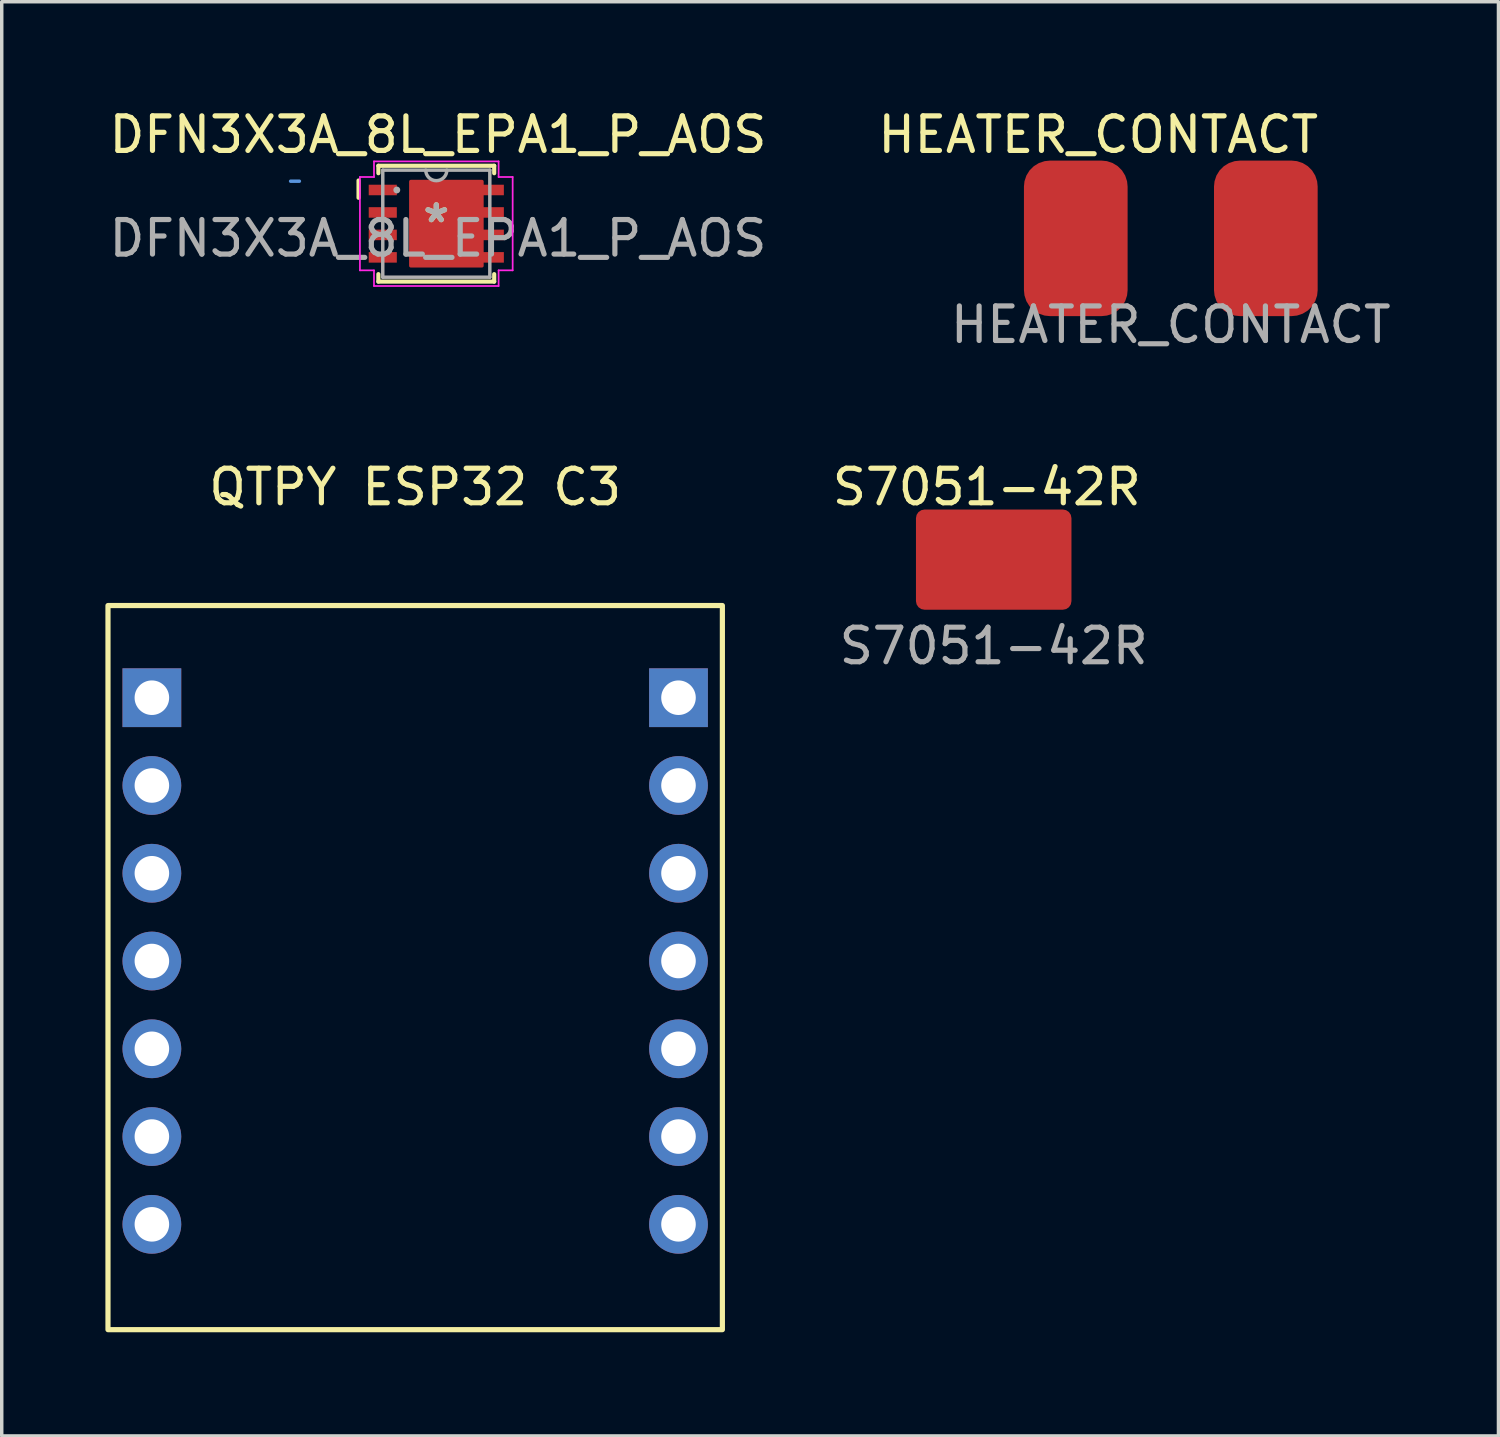
<source format=kicad_pcb>
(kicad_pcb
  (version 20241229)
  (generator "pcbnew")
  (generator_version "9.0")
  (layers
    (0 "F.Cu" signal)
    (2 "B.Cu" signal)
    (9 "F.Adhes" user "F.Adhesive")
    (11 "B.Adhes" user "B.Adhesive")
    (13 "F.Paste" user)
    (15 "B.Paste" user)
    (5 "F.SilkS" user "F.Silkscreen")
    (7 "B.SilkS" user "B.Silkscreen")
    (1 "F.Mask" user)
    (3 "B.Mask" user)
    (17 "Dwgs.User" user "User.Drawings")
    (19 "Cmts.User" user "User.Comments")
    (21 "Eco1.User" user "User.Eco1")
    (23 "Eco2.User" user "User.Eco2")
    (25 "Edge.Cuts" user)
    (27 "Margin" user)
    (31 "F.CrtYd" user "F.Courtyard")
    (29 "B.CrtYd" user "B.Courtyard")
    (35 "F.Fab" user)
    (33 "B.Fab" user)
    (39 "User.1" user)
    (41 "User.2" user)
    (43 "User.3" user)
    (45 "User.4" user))
  (footprint "QTPY ESP32 C3"
    (layer "F.Cu")
    (at 8.965 18.919)
    (property "Reference" "QTPY ESP32 C3" (at 0 -7.874 0) (unlocked yes) (layer "F.SilkS") (effects (font (size 1 1) (thickness 0.15))))
    (attr smd)
    (fp_rect (start -8.89 -4.445) (end 8.89 16.51) (stroke (width 0.15) (type solid)) (fill no) (layer "F.SilkS"))
    (pad "1" thru_hole rect (at -7.62 -1.778) (size 1.7 1.7) (drill 1) (layers "*.Cu" "*.Mask"))
    (pad "2" thru_hole oval (at -7.62 0.762) (size 1.7 1.7) (drill 1) (layers "*.Cu" "*.Mask"))
    (pad "3" thru_hole oval (at -7.62 3.302) (size 1.7 1.7) (drill 1) (layers "*.Cu" "*.Mask"))
    (pad "4" thru_hole oval (at -7.62 5.842) (size 1.7 1.7) (drill 1) (layers "*.Cu" "*.Mask"))
    (pad "5" thru_hole oval (at -7.62 8.382) (size 1.7 1.7) (drill 1) (layers "*.Cu" "*.Mask"))
    (pad "6" thru_hole oval (at -7.62 10.922) (size 1.7 1.7) (drill 1) (layers "*.Cu" "*.Mask"))
    (pad "7" thru_hole oval (at -7.62 13.462) (size 1.7 1.7) (drill 1) (layers "*.Cu" "*.Mask"))
    (pad "8" thru_hole oval (at 7.62 13.462) (size 1.7 1.7) (drill 1) (layers "*.Cu" "*.Mask"))
    (pad "9" thru_hole oval (at 7.62 10.922) (size 1.7 1.7) (drill 1) (layers "*.Cu" "*.Mask"))
    (pad "10" thru_hole oval (at 7.62 8.382) (size 1.7 1.7) (drill 1) (layers "*.Cu" "*.Mask"))
    (pad "11" thru_hole oval (at 7.62 5.842) (size 1.7 1.7) (drill 1) (layers "*.Cu" "*.Mask"))
    (pad "12" thru_hole oval (at 7.62 3.302) (size 1.7 1.7) (drill 1) (layers "*.Cu" "*.Mask"))
    (pad "13" thru_hole oval (at 7.62 0.762) (size 1.7 1.7) (drill 1) (layers "*.Cu" "*.Mask"))
    (pad "14" thru_hole rect (at 7.62 -1.778) (size 1.7 1.7) (drill 1) (layers "*.Cu" "*.Mask")))
  (footprint "DFN3X3A_8L_EPA1_P_AOS"
    (layer "F.Cu")
    (at 9.576 3.423)
    (property "Reference" "DFN3X3A_8L_EPA1_P_AOS" (at 0.049 -2.575 0) (unlocked yes) (layer "F.SilkS") (effects (font (size 1 1) (thickness 0.15))))
    (attr smd)
    (fp_poly (pts (xy 1.321 -1.219) (xy -0.737 -1.219) (xy -0.737 1.219) (xy 1.321 1.219)) (stroke (width 0.1) (type solid)) (fill yes) (layer "F.Cu"))
    (fp_poly (pts (xy 1.321 -1.219) (xy -0.737 -1.219) (xy -0.737 1.219) (xy 1.321 1.219)) (stroke (width 0.1) (type solid)) (fill yes) (layer "F.Mask"))
    (fp_line (start -2.25 -0.75) (end -2.25 -1.25) (stroke (width 0.12) (type solid)) (layer "F.SilkS"))
    (fp_line (start -1.676 -1.676) (end -1.676 -1.46) (stroke (width 0.12) (type solid)) (layer "F.SilkS"))
    (fp_line (start -1.676 1.46) (end -1.676 1.676) (stroke (width 0.12) (type solid)) (layer "F.SilkS"))
    (fp_line (start -1.676 1.676) (end 1.676 1.676) (stroke (width 0.12) (type solid)) (layer "F.SilkS"))
    (fp_line (start 1.676 -1.676) (end -1.676 -1.676) (stroke (width 0.12) (type solid)) (layer "F.SilkS"))
    (fp_line (start 1.676 -1.46) (end 1.676 -1.676) (stroke (width 0.12) (type solid)) (layer "F.SilkS"))
    (fp_line (start 1.676 1.676) (end 1.676 1.46) (stroke (width 0.12) (type solid)) (layer "F.SilkS"))
    (fp_poly (pts (xy 1.321 -1.219) (xy -0.737 -1.219) (xy -0.737 1.219) (xy 1.321 1.219)) (stroke (width 0.1) (type solid)) (fill yes) (layer "F.Paste"))
    (fp_line (start -4.216 -1.229) (end -3.962 -1.229) (stroke (width 0.1) (type solid)) (layer "Cmts.User"))
    (fp_line (start -2.21 -1.351) (end -1.803 -1.351) (stroke (width 0.05) (type solid)) (layer "F.CrtYd"))
    (fp_line (start -2.21 1.351) (end -2.21 -1.351) (stroke (width 0.05) (type solid)) (layer "F.CrtYd"))
    (fp_line (start -2.21 1.351) (end -1.803 1.351) (stroke (width 0.05) (type solid)) (layer "F.CrtYd"))
    (fp_line (start -1.803 -1.803) (end 1.803 -1.803) (stroke (width 0.05) (type solid)) (layer "F.CrtYd"))
    (fp_line (start -1.803 -1.351) (end -1.803 -1.803) (stroke (width 0.05) (type solid)) (layer "F.CrtYd"))
    (fp_line (start -1.803 1.803) (end -1.803 1.351) (stroke (width 0.05) (type solid)) (layer "F.CrtYd"))
    (fp_line (start 1.803 -1.803) (end 1.803 -1.351) (stroke (width 0.05) (type solid)) (layer "F.CrtYd"))
    (fp_line (start 1.803 1.351) (end 1.803 1.803) (stroke (width 0.05) (type solid)) (layer "F.CrtYd"))
    (fp_line (start 1.803 1.803) (end -1.803 1.803) (stroke (width 0.05) (type solid)) (layer "F.CrtYd"))
    (fp_line (start 2.21 -1.351) (end 1.803 -1.351) (stroke (width 0.05) (type solid)) (layer "F.CrtYd"))
    (fp_line (start 2.21 -1.351) (end 2.21 1.351) (stroke (width 0.05) (type solid)) (layer "F.CrtYd"))
    (fp_line (start 2.21 1.351) (end 1.803 1.351) (stroke (width 0.05) (type solid)) (layer "F.CrtYd"))
    (fp_line (start -1.549 -1.549) (end -1.549 1.549) (stroke (width 0.1) (type solid)) (layer "F.Fab"))
    (fp_line (start -1.549 1.549) (end 1.549 1.549) (stroke (width 0.1) (type solid)) (layer "F.Fab"))
    (fp_line (start 1.549 -1.549) (end -1.549 -1.549) (stroke (width 0.1) (type solid)) (layer "F.Fab"))
    (fp_line (start 1.549 1.549) (end 1.549 -1.549) (stroke (width 0.1) (type solid)) (layer "F.Fab"))
    (fp_arc (start 0.3048 -1.5494) (mid 0 -1.2446) (end -0.3048 -1.5494) (stroke (width 0.1) (type solid)) (layer "F.Fab"))
    (fp_circle (center -1.143 -0.975) (end -1.143 -0.975) (stroke (width 0.1) (type solid)) (fill no) (layer "F.Fab"))
    (fp_text user "*" (at 0 0 0) (layer "F.SilkS") (effects (font (size 1 1) (thickness 0.15))))
    (fp_text user "*" (at 0 0 0) (layer "F.Fab") (effects (font (size 1 1) (thickness 0.15))))
    (fp_text user "${REFERENCE}" (at 0.049 0.425 0) (unlocked yes) (layer "F.Fab") (effects (font (size 1 1) (thickness 0.15))))
    (pad "1" smd rect (at -1.549 -0.975) (size 0.813 0.305) (layers "F.Cu" "F.Mask" "F.Paste"))
    (pad "2" smd rect (at -1.549 -0.325) (size 0.813 0.305) (layers "F.Cu" "F.Mask" "F.Paste"))
    (pad "3" smd rect (at -1.549 0.325) (size 0.813 0.305) (layers "F.Cu" "F.Mask" "F.Paste"))
    (pad "4" smd rect (at -1.549 0.975) (size 0.813 0.305) (layers "F.Cu" "F.Mask" "F.Paste"))
    (pad "5" smd rect (at 1.549 0.975) (size 0.813 0.305) (layers "F.Cu" "F.Mask" "F.Paste"))
    (pad "6" smd rect (at 1.549 0.325) (size 0.813 0.305) (layers "F.Cu" "F.Mask" "F.Paste"))
    (pad "7" smd rect (at 1.549 -0.325) (size 0.813 0.305) (layers "F.Cu" "F.Mask" "F.Paste"))
    (pad "8" smd rect (at 1.549 -0.975) (size 0.813 0.305) (layers "F.Cu" "F.Mask" "F.Paste")))
  (footprint "S7051-42R"
    (layer "F.Cu")
    (at 25.707 13.145)
    (property "Reference" "S7051-42R" (at -0.2 -2.1 0) (unlocked yes) (layer "F.SilkS") (effects (font (size 1 1) (thickness 0.15))))
    (attr smd)
    (fp_text user "${REFERENCE}" (at 0 2.5 0) (unlocked yes) (layer "F.Fab") (effects (font (size 1 1) (thickness 0.15))))
    (pad "1" smd roundrect (at 0 0) (size 4.5 2.9) (layers "F.Cu" "F.Mask" "F.Paste") (roundrect_rratio 0.086)))
  (footprint "HEATER_CONTACT"
    (layer "F.Cu")
    (at 30.832 3.848)
    (property "Reference" "HEATER_CONTACT" (at -2.1 -3 0) (unlocked yes) (layer "F.SilkS") (effects (font (size 1 1) (thickness 0.15))))
    (attr smd)
    (fp_text user "${REFERENCE}" (at 0 2.5 0) (unlocked yes) (layer "F.Fab") (effects (font (size 1 1) (thickness 0.15))))
    (pad "1" smd roundrect (at -2.75 0) (size 3 4.5) (layers "F.Cu" "F.Mask" "F.Paste") (roundrect_rratio 0.25))
    (pad "2" smd roundrect (at 2.75 0) (size 3 4.5) (layers "F.Cu" "F.Mask" "F.Paste") (roundrect_rratio 0.25)))
  (gr_rect
    (start -3 -3)
    (end 40.314 38.504)
    (stroke (width 0.1) (type default))
    (fill no)
    (layer "Edge.Cuts")))
</source>
